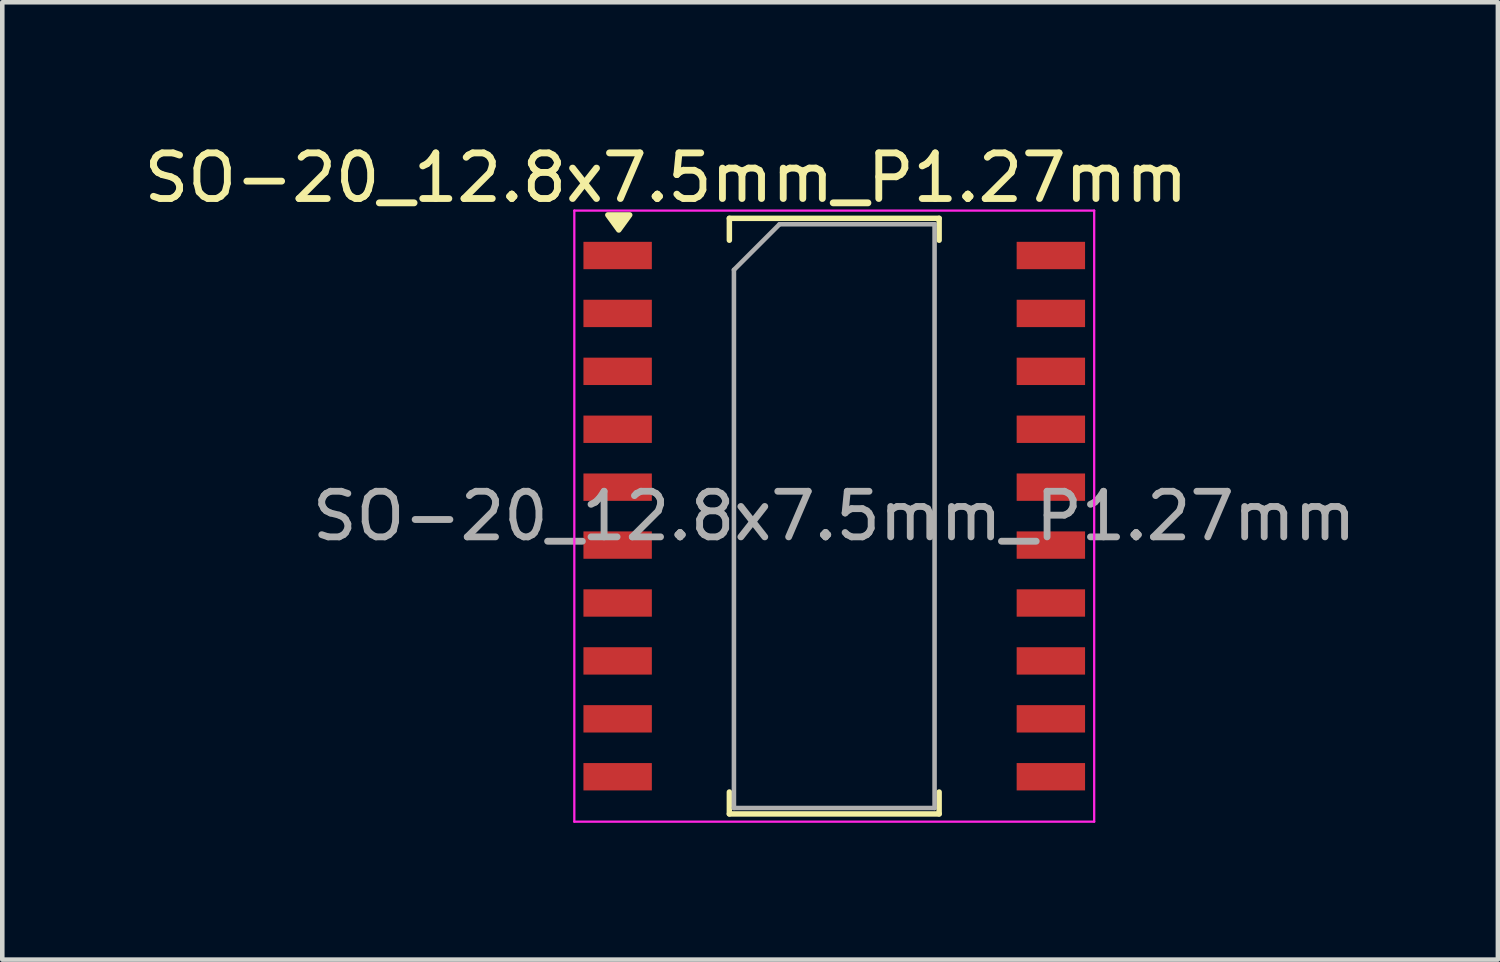
<source format=kicad_pcb>
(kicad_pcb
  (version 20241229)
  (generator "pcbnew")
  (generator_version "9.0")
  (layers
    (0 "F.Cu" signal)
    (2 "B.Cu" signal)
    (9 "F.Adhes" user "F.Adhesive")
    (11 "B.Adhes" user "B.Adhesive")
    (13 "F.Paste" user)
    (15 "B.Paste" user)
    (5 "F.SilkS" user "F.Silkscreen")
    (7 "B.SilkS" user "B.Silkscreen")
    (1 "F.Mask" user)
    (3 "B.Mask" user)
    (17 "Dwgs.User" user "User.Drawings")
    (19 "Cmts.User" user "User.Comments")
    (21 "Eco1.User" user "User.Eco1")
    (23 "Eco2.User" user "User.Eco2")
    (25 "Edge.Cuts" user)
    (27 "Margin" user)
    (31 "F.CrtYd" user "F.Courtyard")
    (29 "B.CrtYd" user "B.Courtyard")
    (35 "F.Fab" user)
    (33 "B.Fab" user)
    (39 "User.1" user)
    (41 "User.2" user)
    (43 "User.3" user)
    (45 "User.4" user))
  (footprint "SO-20_12.8x7.5mm_P1.27mm"
    (layer "F.Cu")
    (at 15.244 8.268)
    (property "Reference" "SO-20_12.8x7.5mm_P1.27mm" (at -3.69 -7.42 0) (layer "F.SilkS") (effects (font (size 1 1) (thickness 0.15))))
    (attr smd)
    (fp_line (start -2.3 -6.53) (end 2.3 -6.53) (stroke (width 0.12) (type solid)) (layer "F.SilkS"))
    (fp_line (start -2.3 -6.05) (end -2.3 -6.53) (stroke (width 0.12) (type solid)) (layer "F.SilkS"))
    (fp_line (start -2.3 6.53) (end -2.3 6.05) (stroke (width 0.12) (type solid)) (layer "F.SilkS"))
    (fp_line (start -2.3 6.53) (end 2.3 6.53) (stroke (width 0.12) (type solid)) (layer "F.SilkS"))
    (fp_line (start 2.3 -6.05) (end 2.3 -6.53) (stroke (width 0.12) (type solid)) (layer "F.SilkS"))
    (fp_line (start 2.3 6.05) (end 2.3 6.53) (stroke (width 0.12) (type solid)) (layer "F.SilkS"))
    (fp_poly (pts (xy -4.725 -6.275) (xy -4.965 -6.605) (xy -4.485 -6.605) (xy -4.725 -6.275)) (stroke (width 0.12) (type solid)) (fill yes) (layer "F.SilkS"))
    (fp_line (start -5.7 -6.7) (end 5.7 -6.7) (stroke (width 0.05) (type solid)) (layer "F.CrtYd"))
    (fp_line (start -5.7 6.7) (end -5.7 -6.7) (stroke (width 0.05) (type solid)) (layer "F.CrtYd"))
    (fp_line (start 5.7 -6.7) (end 5.7 6.7) (stroke (width 0.05) (type solid)) (layer "F.CrtYd"))
    (fp_line (start 5.7 6.7) (end -5.7 6.7) (stroke (width 0.05) (type solid)) (layer "F.CrtYd"))
    (fp_line (start -2.2 -5.4) (end -1.2 -6.4) (stroke (width 0.1) (type solid)) (layer "F.Fab"))
    (fp_line (start -2.2 6.4) (end -2.2 -5.4) (stroke (width 0.1) (type solid)) (layer "F.Fab"))
    (fp_line (start -1.2 -6.4) (end 2.2 -6.4) (stroke (width 0.1) (type solid)) (layer "F.Fab"))
    (fp_line (start 2.2 -6.4) (end 2.2 6.4) (stroke (width 0.1) (type solid)) (layer "F.Fab"))
    (fp_line (start 2.2 6.4) (end -2.2 6.4) (stroke (width 0.1) (type solid)) (layer "F.Fab"))
    (fp_text user "${REFERENCE}" (at 0 0 0) (layer "F.Fab") (effects (font (size 1 1) (thickness 0.15))))
    (pad "1" smd rect (at -4.75 -5.715) (size 1.5 0.6) (layers "F.Cu" "F.Mask" "F.Paste"))
    (pad "2" smd rect (at -4.75 -4.445) (size 1.5 0.6) (layers "F.Cu" "F.Mask" "F.Paste"))
    (pad "3" smd rect (at -4.75 -3.175) (size 1.5 0.6) (layers "F.Cu" "F.Mask" "F.Paste"))
    (pad "4" smd rect (at -4.75 -1.905) (size 1.5 0.6) (layers "F.Cu" "F.Mask" "F.Paste"))
    (pad "5" smd rect (at -4.75 -0.635) (size 1.5 0.6) (layers "F.Cu" "F.Mask" "F.Paste"))
    (pad "6" smd rect (at -4.75 0.635) (size 1.5 0.6) (layers "F.Cu" "F.Mask" "F.Paste"))
    (pad "7" smd rect (at -4.75 1.905) (size 1.5 0.6) (layers "F.Cu" "F.Mask" "F.Paste"))
    (pad "8" smd rect (at -4.75 3.175) (size 1.5 0.6) (layers "F.Cu" "F.Mask" "F.Paste"))
    (pad "9" smd rect (at -4.75 4.445) (size 1.5 0.6) (layers "F.Cu" "F.Mask" "F.Paste"))
    (pad "10" smd rect (at -4.75 5.715) (size 1.5 0.6) (layers "F.Cu" "F.Mask" "F.Paste"))
    (pad "11" smd rect (at 4.75 5.715) (size 1.5 0.6) (layers "F.Cu" "F.Mask" "F.Paste"))
    (pad "12" smd rect (at 4.75 4.445) (size 1.5 0.6) (layers "F.Cu" "F.Mask" "F.Paste"))
    (pad "13" smd rect (at 4.75 3.175) (size 1.5 0.6) (layers "F.Cu" "F.Mask" "F.Paste"))
    (pad "14" smd rect (at 4.75 1.905) (size 1.5 0.6) (layers "F.Cu" "F.Mask" "F.Paste"))
    (pad "15" smd rect (at 4.75 0.635) (size 1.5 0.6) (layers "F.Cu" "F.Mask" "F.Paste"))
    (pad "16" smd rect (at 4.75 -0.635) (size 1.5 0.6) (layers "F.Cu" "F.Mask" "F.Paste"))
    (pad "17" smd rect (at 4.75 -1.905) (size 1.5 0.6) (layers "F.Cu" "F.Mask" "F.Paste"))
    (pad "18" smd rect (at 4.75 -3.175) (size 1.5 0.6) (layers "F.Cu" "F.Mask" "F.Paste"))
    (pad "19" smd rect (at 4.75 -4.445) (size 1.5 0.6) (layers "F.Cu" "F.Mask" "F.Paste"))
    (pad "20" smd rect (at 4.75 -5.715) (size 1.5 0.6) (layers "F.Cu" "F.Mask" "F.Paste")))
  (gr_rect
    (start -3 -3)
    (end 29.797 17.993)
    (stroke (width 0.1) (type default))
    (fill no)
    (layer "Edge.Cuts")))
</source>
